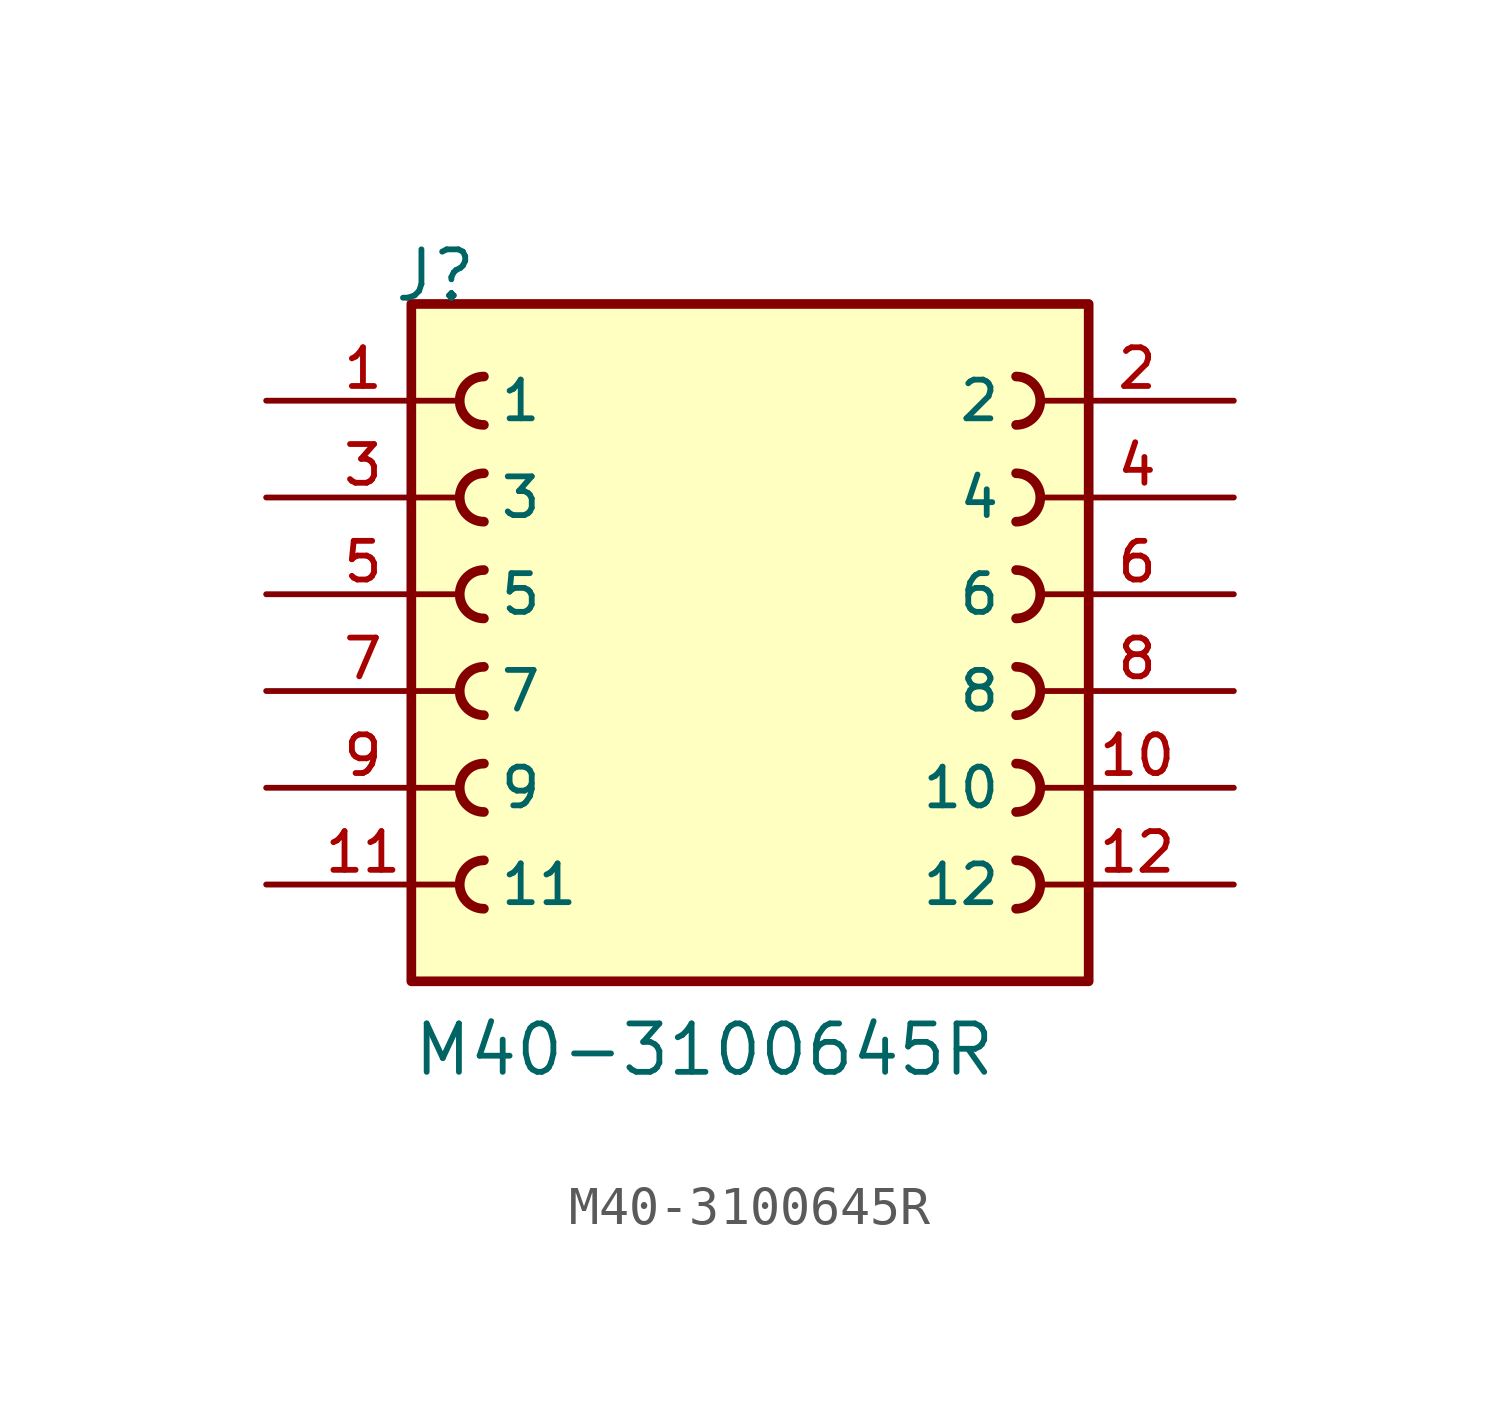
<source format=kicad_sym>
(kicad_symbol_lib
  (version 20211014)
  (generator kicad_symbol_editor)
  (symbol "M40-3100645R"
    (pin_names
      (offset 1.016))
    (property "Reference" "J"
      (at -9.39 10.16 0)
      (effects (font (size 1.27 1.27)) (justify bottom left)))
    (property "Value" "M40-3100645R"
      (at -8.89 -10.16 0)
      (effects (font (size 1.27 1.27)) (justify bottom left)))
    (symbol "M40-3100645R_0_0"
      (arc (start -6.985 8.255) (mid -7.62 7.62) (end -6.985 6.985) (stroke (width 0.254) (type default) (color 0 0 0 0)) (fill (type none)))
      (arc (start 6.985 6.985) (mid 7.62 7.62) (end 6.985 8.255) (stroke (width 0.254) (type default) (color 0 0 0 0)) (fill (type none)))
      (arc (start -6.985 5.715) (mid -7.62 5.08) (end -6.985 4.445) (stroke (width 0.254) (type default) (color 0 0 0 0)) (fill (type none)))
      (arc (start 6.985 4.445) (mid 7.62 5.08) (end 6.985 5.715) (stroke (width 0.254) (type default) (color 0 0 0 0)) (fill (type none)))
      (arc (start -6.985 3.175) (mid -7.62 2.54) (end -6.985 1.905) (stroke (width 0.254) (type default) (color 0 0 0 0)) (fill (type none)))
      (arc (start 6.985 1.905) (mid 7.62 2.54) (end 6.985 3.175) (stroke (width 0.254) (type default) (color 0 0 0 0)) (fill (type none)))
      (arc (start -6.985 0.635) (mid -7.62 -0.0) (end -6.985 -0.635) (stroke (width 0.254) (type default) (color 0 0 0 0)) (fill (type none)))
      (arc (start 6.985 -0.635) (mid 7.62 0.0) (end 6.985 0.635) (stroke (width 0.254) (type default) (color 0 0 0 0)) (fill (type none)))
      (arc (start -6.985 -1.905) (mid -7.62 -2.54) (end -6.985 -3.175) (stroke (width 0.254) (type default) (color 0 0 0 0)) (fill (type none)))
      (arc (start 6.985 -3.175) (mid 7.62 -2.54) (end 6.985 -1.905) (stroke (width 0.254) (type default) (color 0 0 0 0)) (fill (type none)))
      (arc (start -6.985 -4.445) (mid -7.62 -5.08) (end -6.985 -5.715) (stroke (width 0.254) (type default) (color 0 0 0 0)) (fill (type none)))
      (arc (start 6.985 -5.715) (mid 7.62 -5.08) (end 6.985 -4.445) (stroke (width 0.254) (type default) (color 0 0 0 0)) (fill (type none)))
      (rectangle (start -8.89 -7.62) (end 8.89 10.16) (stroke (width 0.254)) (fill (type background)))
      (pin passive line (at -12.7 7.62 0) (length 5.08) (name "1" (effects (font (size 1.016 1.016)))) (number "1" (effects (font (size 1.016 1.016)))))
      (pin passive line (at 12.7 7.62 180.0) (length 5.08) (name "2" (effects (font (size 1.016 1.016)))) (number "2" (effects (font (size 1.016 1.016)))))
      (pin passive line (at -12.7 5.08 0) (length 5.08) (name "3" (effects (font (size 1.016 1.016)))) (number "3" (effects (font (size 1.016 1.016)))))
      (pin passive line (at 12.7 5.08 180.0) (length 5.08) (name "4" (effects (font (size 1.016 1.016)))) (number "4" (effects (font (size 1.016 1.016)))))
      (pin passive line (at -12.7 2.54 0) (length 5.08) (name "5" (effects (font (size 1.016 1.016)))) (number "5" (effects (font (size 1.016 1.016)))))
      (pin passive line (at 12.7 2.54 180.0) (length 5.08) (name "6" (effects (font (size 1.016 1.016)))) (number "6" (effects (font (size 1.016 1.016)))))
      (pin passive line (at -12.7 0.0 0) (length 5.08) (name "7" (effects (font (size 1.016 1.016)))) (number "7" (effects (font (size 1.016 1.016)))))
      (pin passive line (at 12.7 0.0 180.0) (length 5.08) (name "8" (effects (font (size 1.016 1.016)))) (number "8" (effects (font (size 1.016 1.016)))))
      (pin passive line (at -12.7 -2.54 0) (length 5.08) (name "9" (effects (font (size 1.016 1.016)))) (number "9" (effects (font (size 1.016 1.016)))))
      (pin passive line (at 12.7 -2.54 180.0) (length 5.08) (name "10" (effects (font (size 1.016 1.016)))) (number "10" (effects (font (size 1.016 1.016)))))
      (pin passive line (at -12.7 -5.08 0) (length 5.08) (name "11" (effects (font (size 1.016 1.016)))) (number "11" (effects (font (size 1.016 1.016)))))
      (pin passive line (at 12.7 -5.08 180.0) (length 5.08) (name "12" (effects (font (size 1.016 1.016)))) (number "12" (effects (font (size 1.016 1.016))))))))
</source>
